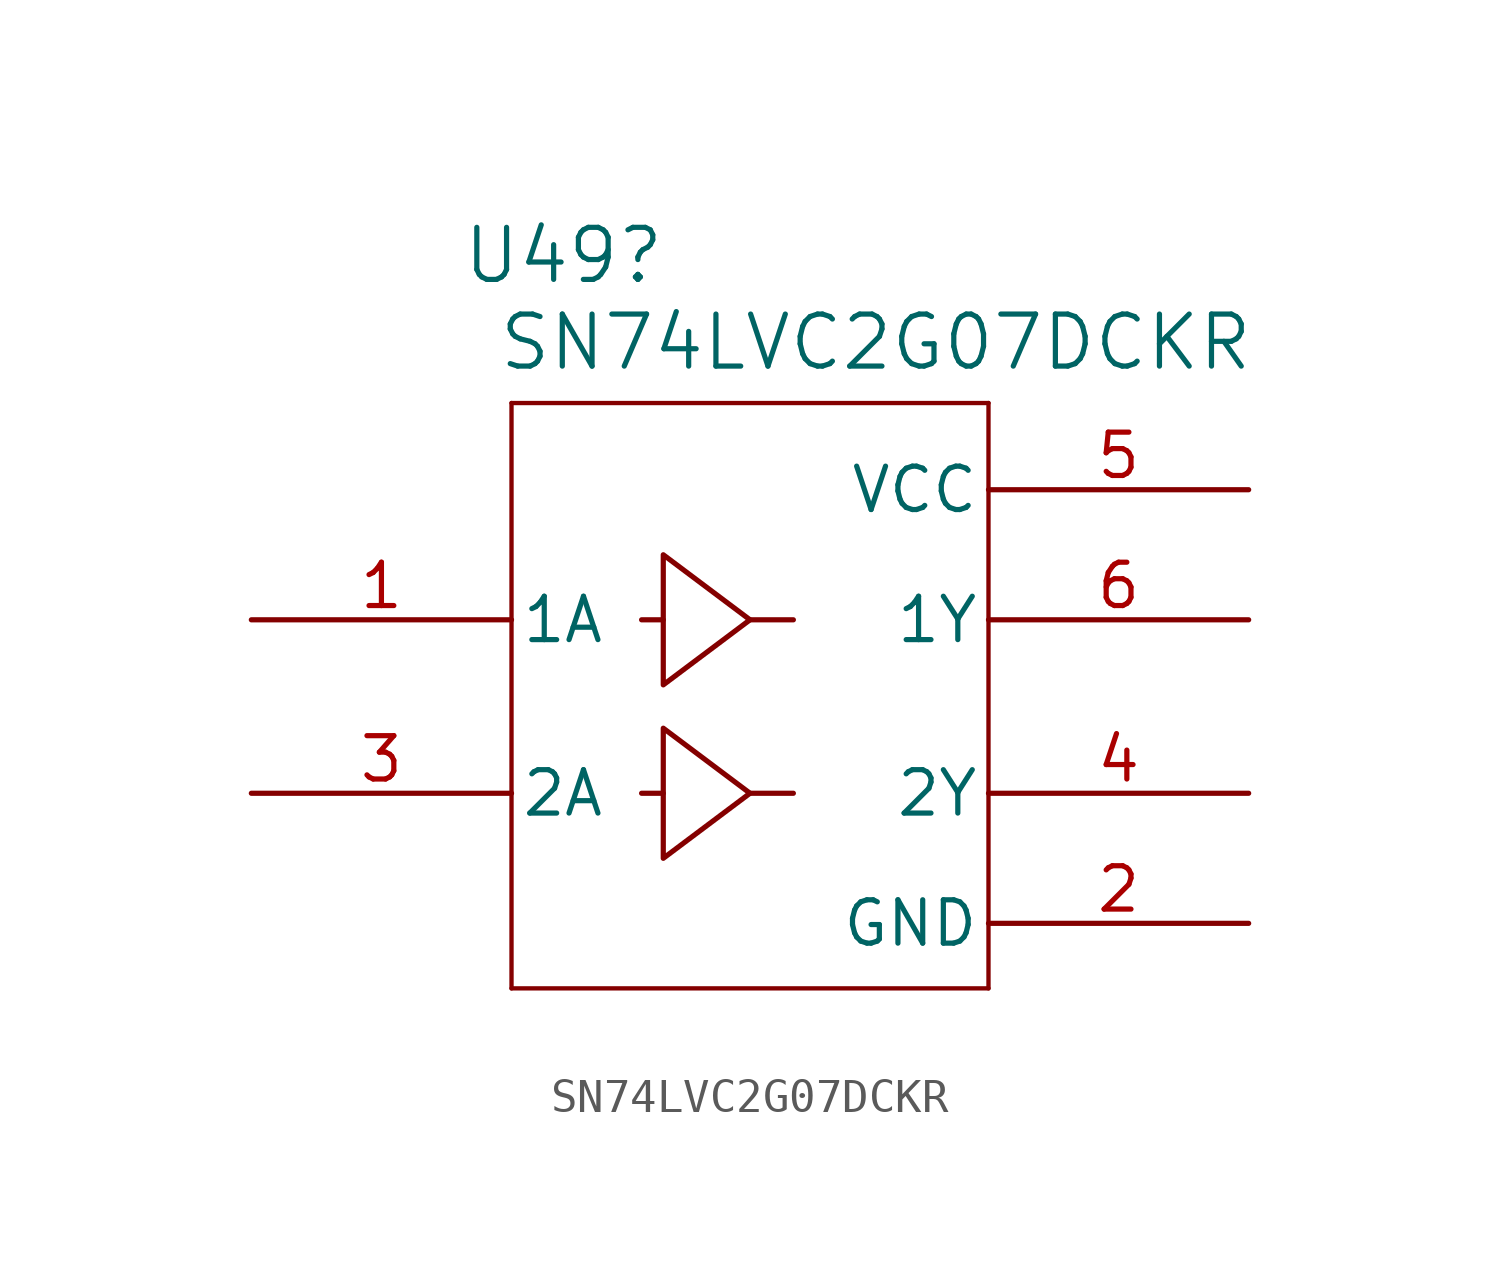
<source format=kicad_sym>
(kicad_symbol_lib
  (version 20231120)
  (generator "kicad_symbol_editor")
  (generator_version "8.0")
  (symbol "SN74LVC2G07DCKR"
    (pin_names
      (offset 0.254))
    (property "Reference" "U49"
      (at 9.144 9.398 0)
      (effects (font (size 1.524 1.524))))
    (property "Value" "SN74LVC2G07DCKR"
      (at 18.288 6.858 0)
      (effects (font (size 1.524 1.524))))
    (property "ki_locked" ""
      (at 0 0 0)
      (effects (font (size 1.27 1.27))))
    (symbol "SN74LVC2G07DCKR_0_1"
      (polyline (pts (xy 7.62 -12.065) (xy 21.59 -12.065)) (stroke (width 0.127) (type default)) (fill (type none)))
      (polyline (pts (xy 7.62 5.08) (xy 7.62 -12.065)) (stroke (width 0.127) (type default)) (fill (type none)))
      (polyline (pts (xy 21.59 -12.065) (xy 21.59 5.08)) (stroke (width 0.127) (type default)) (fill (type none)))
      (polyline (pts (xy 21.59 5.08) (xy 7.62 5.08)) (stroke (width 0.127) (type default)) (fill (type none)))
      (pin input line (at 0 -1.27 0) (length 7.62) (name "1A" (effects (font (size 1.27 1.27)))) (number "1" (effects (font (size 1.27 1.27)))))
      (pin input line (at 0 -6.35 0) (length 7.62) (name "2A" (effects (font (size 1.27 1.27)))) (number "3" (effects (font (size 1.27 1.27)))))
      (pin output line (at 29.21 -6.35 180) (length 7.62) (name "2Y" (effects (font (size 1.27 1.27)))) (number "4" (effects (font (size 1.27 1.27)))))
      (pin power_in line (at 29.21 2.54 180) (length 7.62) (name "VCC" (effects (font (size 1.27 1.27)))) (number "5" (effects (font (size 1.27 1.27)))))
      (pin output line (at 29.21 -1.27 180) (length 7.62) (name "1Y" (effects (font (size 1.27 1.27)))) (number "6" (effects (font (size 1.27 1.27))))))
    (symbol "SN74LVC2G07DCKR_1_1"
      (polyline (pts (xy 12.065 -6.35) (xy 11.43 -6.35)) (stroke (width 0) (type default)) (fill (type none)))
      (polyline (pts (xy 12.065 -1.27) (xy 11.43 -1.27)) (stroke (width 0) (type default)) (fill (type none)))
      (polyline (pts (xy 14.605 -6.35) (xy 15.875 -6.35)) (stroke (width 0) (type default)) (fill (type none)))
      (polyline (pts (xy 14.605 -1.27) (xy 15.875 -1.27)) (stroke (width 0) (type default)) (fill (type none)))
      (polyline (pts (xy 12.065 -4.445) (xy 12.065 -8.255) (xy 14.605 -6.35) (xy 12.065 -4.445)) (stroke (width 0) (type default)) (fill (type none)))
      (polyline (pts (xy 12.065 0.635) (xy 12.065 -3.175) (xy 14.605 -1.27) (xy 12.065 0.635)) (stroke (width 0) (type default)) (fill (type none)))
      (pin power_in line (at 29.21 -10.16 180) (length 7.62) (name "GND" (effects (font (size 1.27 1.27)))) (number "2" (effects (font (size 1.27 1.27))))))))
</source>
